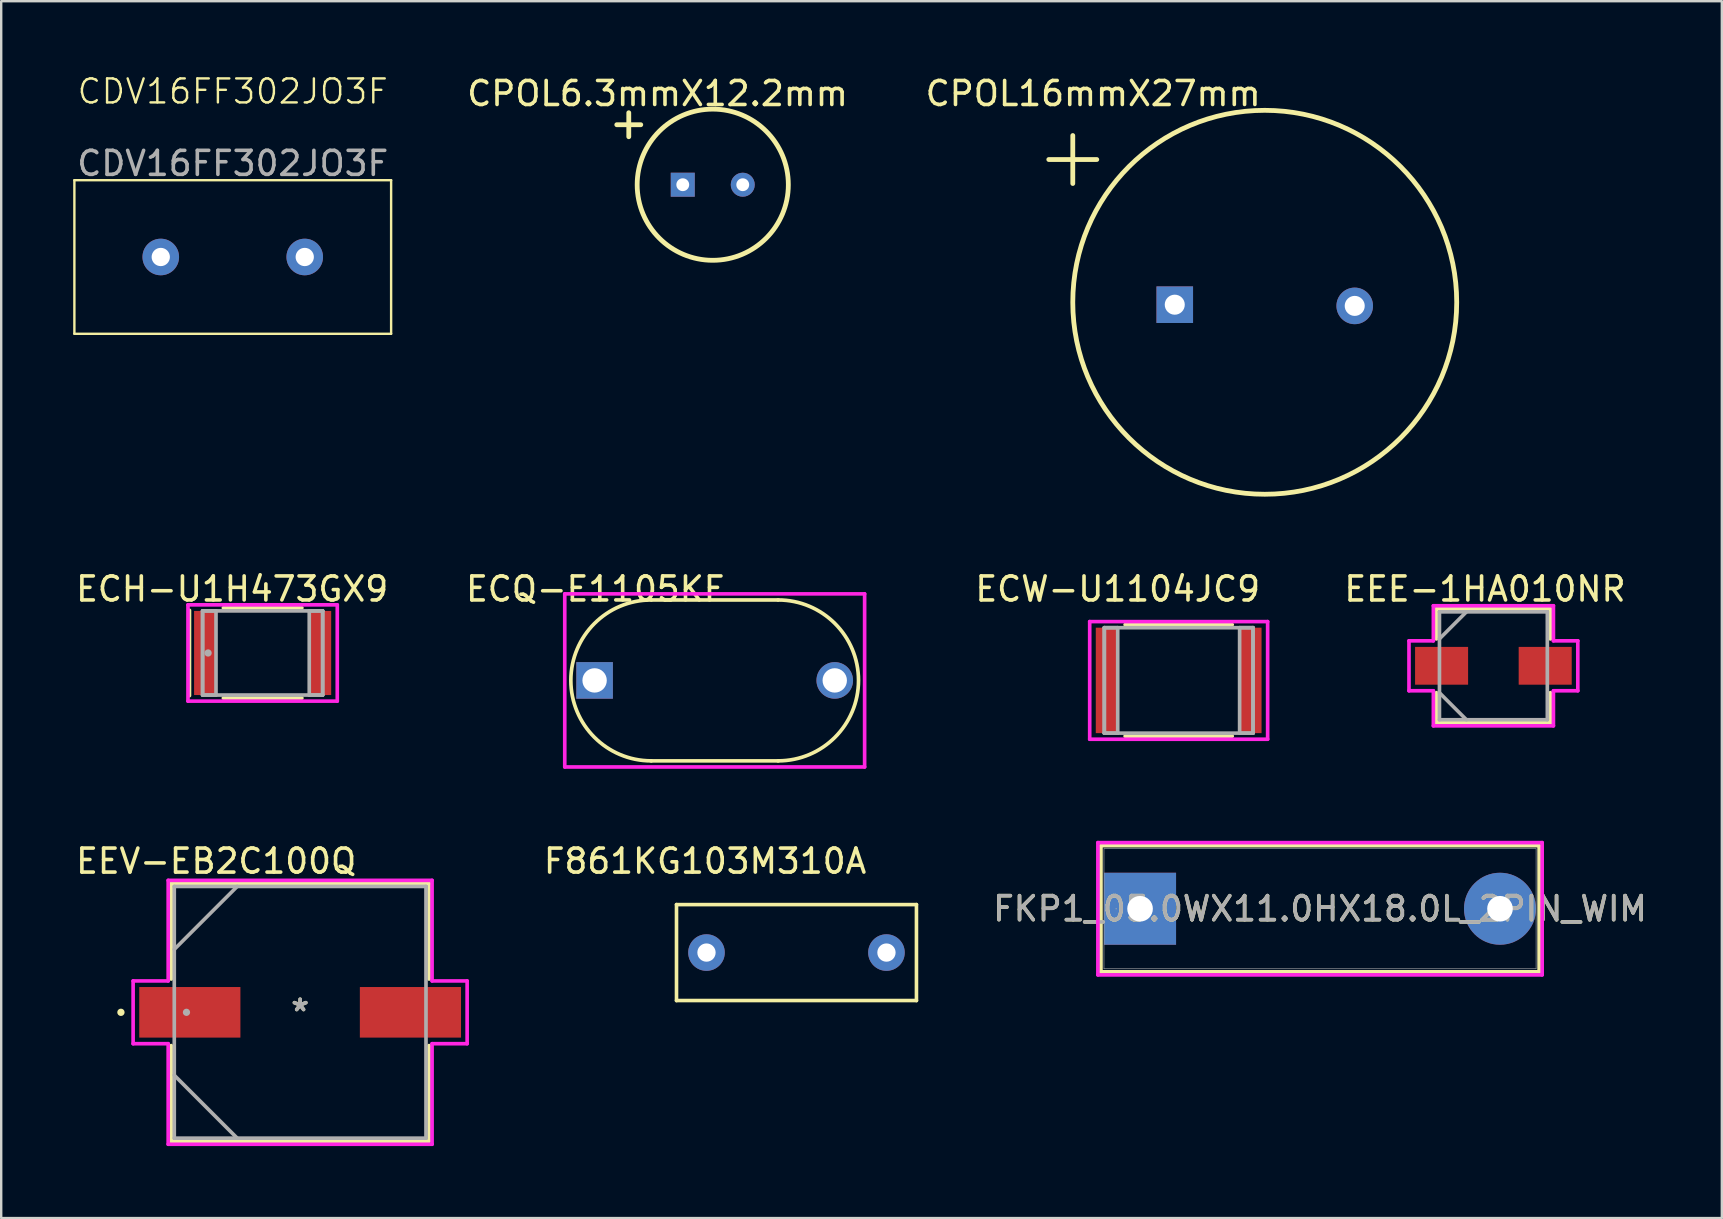
<source format=kicad_pcb>
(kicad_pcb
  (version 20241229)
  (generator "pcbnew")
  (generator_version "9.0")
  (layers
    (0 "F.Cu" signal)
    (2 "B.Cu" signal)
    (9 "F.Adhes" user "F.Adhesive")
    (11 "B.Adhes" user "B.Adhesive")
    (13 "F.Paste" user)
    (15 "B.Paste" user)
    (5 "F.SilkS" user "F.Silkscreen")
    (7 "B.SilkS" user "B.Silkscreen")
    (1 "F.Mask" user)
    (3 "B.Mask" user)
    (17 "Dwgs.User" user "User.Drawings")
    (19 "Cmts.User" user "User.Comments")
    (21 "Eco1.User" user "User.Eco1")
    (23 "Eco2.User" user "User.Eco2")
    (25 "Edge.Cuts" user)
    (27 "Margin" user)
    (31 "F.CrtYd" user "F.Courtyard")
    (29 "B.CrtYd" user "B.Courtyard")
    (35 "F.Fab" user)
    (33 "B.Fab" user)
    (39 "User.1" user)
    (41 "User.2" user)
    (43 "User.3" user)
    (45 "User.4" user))
  (footprint "ECQ-E1105KF"
    (layer "F.Cu")
    (at 31.738 25.306)
    (property "Reference" "ECQ-E1105KF" (at -9.982 -3.81 0) (layer "F.SilkS") (effects (font (size 1 1) (thickness 0.15))))
    (attr through_hole)
    (fp_line (start -7.645 -3.353) (end -2.362 -3.353) (stroke (width 0.152) (type solid)) (layer "F.SilkS"))
    (fp_line (start -7.645 3.353) (end -2.362 3.353) (stroke (width 0.152) (type solid)) (layer "F.SilkS"))
    (fp_arc (start -7.6454 3.3528) (mid -10.9982 0) (end -7.6454 -3.3528) (stroke (width 0.1524) (type solid)) (layer "F.SilkS"))
    (fp_arc (start -2.3622 -3.3528) (mid 0.9906 0) (end -2.3622 3.3528) (stroke (width 0.1524) (type solid)) (layer "F.SilkS"))
    (fp_line (start -11.252 -3.607) (end 1.245 -3.607) (stroke (width 0.152) (type solid)) (layer "F.CrtYd"))
    (fp_line (start -11.252 3.607) (end -11.252 -3.607) (stroke (width 0.152) (type solid)) (layer "F.CrtYd"))
    (fp_line (start 1.245 -3.607) (end 1.245 3.607) (stroke (width 0.152) (type solid)) (layer "F.CrtYd"))
    (fp_line (start 1.245 3.607) (end -11.252 3.607) (stroke (width 0.152) (type solid)) (layer "F.CrtYd"))
    (fp_text user "Copyright 2016 Accelerated Designs. All rights reserved." (at 0 0 0) (layer "Cmts.User") (effects (font (size 0.127 0.127) (thickness 0.002))))
    (pad "1" thru_hole rect (at -10.008 0) (size 1.524 1.524) (drill 1.016) (layers "*.Cu" "*.Mask"))
    (pad "2" thru_hole circle (at 0 0) (size 1.524 1.524) (drill 1.016) (layers "*.Cu" "*.Mask")))
  (footprint "ECH-U1H473GX9"
    (layer "F.Cu")
    (at 7.895 24.163)
    (property "Reference" "ECH-U1H473GX9" (at -1.27 -2.667 0) (layer "F.SilkS") (effects (font (size 1 1) (thickness 0.15))))
    (attr through_hole)
    (fp_line (start -3.048 -1.778) (end -3.048 1.778) (stroke (width 0.15) (type solid)) (layer "F.SilkS"))
    (fp_line (start -1.636 1.88) (end 1.636 1.88) (stroke (width 0.152) (type solid)) (layer "F.SilkS"))
    (fp_line (start 1.636 -1.88) (end -1.636 -1.88) (stroke (width 0.152) (type solid)) (layer "F.SilkS"))
    (fp_line (start -3.111 -2.007) (end 3.111 -2.007) (stroke (width 0.152) (type solid)) (layer "F.CrtYd"))
    (fp_line (start -3.111 2.007) (end -3.111 -2.007) (stroke (width 0.152) (type solid)) (layer "F.CrtYd"))
    (fp_line (start 3.111 -2.007) (end 3.111 2.007) (stroke (width 0.152) (type solid)) (layer "F.CrtYd"))
    (fp_line (start 3.111 2.007) (end -3.111 2.007) (stroke (width 0.152) (type solid)) (layer "F.CrtYd"))
    (fp_line (start -2.502 -1.753) (end -2.502 1.753) (stroke (width 0.152) (type solid)) (layer "F.Fab"))
    (fp_line (start -2.502 -1.753) (end -2.502 1.753) (stroke (width 0.152) (type solid)) (layer "F.Fab"))
    (fp_line (start -2.502 1.753) (end -1.943 1.753) (stroke (width 0.152) (type solid)) (layer "F.Fab"))
    (fp_line (start -2.502 1.753) (end 2.502 1.753) (stroke (width 0.152) (type solid)) (layer "F.Fab"))
    (fp_line (start -1.943 -1.753) (end -2.502 -1.753) (stroke (width 0.152) (type solid)) (layer "F.Fab"))
    (fp_line (start -1.943 1.753) (end -1.943 -1.753) (stroke (width 0.152) (type solid)) (layer "F.Fab"))
    (fp_line (start 1.943 -1.753) (end 1.943 1.753) (stroke (width 0.152) (type solid)) (layer "F.Fab"))
    (fp_line (start 1.943 1.753) (end 2.502 1.753) (stroke (width 0.152) (type solid)) (layer "F.Fab"))
    (fp_line (start 2.502 -1.753) (end -2.502 -1.753) (stroke (width 0.152) (type solid)) (layer "F.Fab"))
    (fp_line (start 2.502 -1.753) (end 1.943 -1.753) (stroke (width 0.152) (type solid)) (layer "F.Fab"))
    (fp_line (start 2.502 1.753) (end 2.502 -1.753) (stroke (width 0.152) (type solid)) (layer "F.Fab"))
    (fp_line (start 2.502 1.753) (end 2.502 -1.753) (stroke (width 0.152) (type solid)) (layer "F.Fab"))
    (fp_circle (center -2.273 0) (end -2.197 0) (stroke (width 0.152) (type solid)) (fill no) (layer "F.Fab"))
    (pad "1" smd rect (at -2.4 0) (size 0.914 3.505) (layers "F.Cu" "F.Mask" "F.Paste"))
    (pad "2" smd rect (at 2.4 0) (size 0.914 3.505) (layers "F.Cu" "F.Mask" "F.Paste")))
  (footprint "ECW-U1104JC9"
    (layer "F.Cu")
    (at 46.071 25.306)
    (property "Reference" "ECW-U1104JC9" (at -2.54 -3.81 0) (layer "F.SilkS") (effects (font (size 1 1) (thickness 0.15))))
    (attr through_hole)
    (fp_line (start -2.232 2.324) (end 2.232 2.324) (stroke (width 0.152) (type solid)) (layer "F.SilkS"))
    (fp_line (start 2.232 -2.324) (end -2.232 -2.324) (stroke (width 0.152) (type solid)) (layer "F.SilkS"))
    (fp_line (start -3.708 -2.451) (end 3.708 -2.451) (stroke (width 0.152) (type solid)) (layer "F.CrtYd"))
    (fp_line (start -3.708 2.451) (end -3.708 -2.451) (stroke (width 0.152) (type solid)) (layer "F.CrtYd"))
    (fp_line (start 3.708 -2.451) (end 3.708 2.451) (stroke (width 0.152) (type solid)) (layer "F.CrtYd"))
    (fp_line (start 3.708 2.451) (end -3.708 2.451) (stroke (width 0.152) (type solid)) (layer "F.CrtYd"))
    (fp_line (start -3.099 -2.197) (end -3.099 2.197) (stroke (width 0.152) (type solid)) (layer "F.Fab"))
    (fp_line (start -3.099 -2.197) (end -3.099 2.197) (stroke (width 0.152) (type solid)) (layer "F.Fab"))
    (fp_line (start -3.099 2.197) (end -2.54 2.197) (stroke (width 0.152) (type solid)) (layer "F.Fab"))
    (fp_line (start -3.099 2.197) (end 3.099 2.197) (stroke (width 0.152) (type solid)) (layer "F.Fab"))
    (fp_line (start -2.54 -2.197) (end -3.099 -2.197) (stroke (width 0.152) (type solid)) (layer "F.Fab"))
    (fp_line (start -2.54 2.197) (end -2.54 -2.197) (stroke (width 0.152) (type solid)) (layer "F.Fab"))
    (fp_line (start 2.54 -2.197) (end 2.54 2.197) (stroke (width 0.152) (type solid)) (layer "F.Fab"))
    (fp_line (start 2.54 2.197) (end 3.099 2.197) (stroke (width 0.152) (type solid)) (layer "F.Fab"))
    (fp_line (start 3.099 -2.197) (end -3.099 -2.197) (stroke (width 0.152) (type solid)) (layer "F.Fab"))
    (fp_line (start 3.099 -2.197) (end 2.54 -2.197) (stroke (width 0.152) (type solid)) (layer "F.Fab"))
    (fp_line (start 3.099 2.197) (end 3.099 -2.197) (stroke (width 0.152) (type solid)) (layer "F.Fab"))
    (fp_line (start 3.099 2.197) (end 3.099 -2.197) (stroke (width 0.152) (type solid)) (layer "F.Fab"))
    (pad "1" smd rect (at -2.997 0) (size 0.914 4.394) (layers "F.Cu" "F.Mask" "F.Paste"))
    (pad "2" smd rect (at 2.997 0) (size 0.914 4.394) (layers "F.Cu" "F.Mask" "F.Paste")))
  (footprint "CPOL6.3mmX12.2mm"
    (layer "F.Cu")
    (at 26.654 4.648)
    (property "Reference" "CPOL6.3mmX12.2mm" (at -2.3 -3.8 0) (layer "F.SilkS") (effects (font (size 1 1) (thickness 0.15))))
    (attr through_hole)
    (fp_line (start -3.5 -3) (end -3.5 -2) (stroke (width 0.2) (type solid)) (layer "F.SilkS"))
    (fp_line (start -3 -2.5) (end -4 -2.5) (stroke (width 0.2) (type solid)) (layer "F.SilkS"))
    (fp_circle (center 0 0) (end 3.15 0) (stroke (width 0.2) (type solid)) (fill no) (layer "F.SilkS"))
    (pad "1" thru_hole rect (at -1.25 0) (size 1 1) (drill 0.535) (layers "*.Cu" "*.Mask"))
    (pad "2" thru_hole circle (at 1.25 0) (size 1 1) (drill 0.535) (layers "*.Cu" "*.Mask")))
  (footprint "CDV16FF302JO3F"
    (layer "F.Cu")
    (at 6.65 7.66)
    (property "Reference" "CDV16FF302JO3F" (at 0 -6.9 0) (unlocked yes) (layer "F.SilkS") (effects (font (size 1 1) (thickness 0.1))))
    (attr through_hole)
    (fp_line (start -6.6 -3.2) (end -6.6 3.2) (stroke (width 0.1) (type default)) (layer "F.SilkS"))
    (fp_line (start -6.6 -3.2) (end 6.6 -3.2) (stroke (width 0.1) (type default)) (layer "F.SilkS"))
    (fp_line (start -6.6 3.2) (end 6.6 3.2) (stroke (width 0.1) (type default)) (layer "F.SilkS"))
    (fp_line (start 6.6 -3.2) (end 6.6 3.2) (stroke (width 0.1) (type default)) (layer "F.SilkS"))
    (fp_text user "${REFERENCE}" (at 0 -3.9 0) (unlocked yes) (layer "F.Fab") (effects (font (size 1 1) (thickness 0.15))))
    (pad "1" thru_hole circle (at -3 0) (size 1.524 1.524) (drill 0.762) (layers "*.Cu" "*.Mask"))
    (pad "2" thru_hole circle (at 3 0) (size 1.524 1.524) (drill 0.762) (layers "*.Cu" "*.Mask")))
  (footprint "FKP1_05.0WX11.0HX18.0L_2PIN_WIM"
    (layer "F.Cu")
    (at 44.462 34.822)
    (property "Reference" "FKP1_05.0WX11.0HX18.0L_2PIN_WIM" (at 7.5 0 0) (unlocked yes) (layer "F.SilkS") (effects (font (size 1 1) (thickness 0.15))))
    (attr through_hole)
    (fp_line (start -1.631 -2.629) (end -1.631 2.629) (stroke (width 0.152) (type solid)) (layer "F.SilkS"))
    (fp_line (start 16.631 -2.629) (end -1.631 -2.629) (stroke (width 0.152) (type solid)) (layer "F.SilkS"))
    (fp_line (start 16.631 -2.629) (end 16.631 2.629) (stroke (width 0.152) (type solid)) (layer "F.SilkS"))
    (fp_line (start 16.631 2.629) (end -1.631 2.629) (stroke (width 0.152) (type solid)) (layer "F.SilkS"))
    (fp_line (start -1.758 -2.756) (end 16.758 -2.756) (stroke (width 0.152) (type solid)) (layer "F.CrtYd"))
    (fp_line (start -1.758 2.756) (end -1.758 -2.756) (stroke (width 0.152) (type solid)) (layer "F.CrtYd"))
    (fp_line (start 16.758 -2.756) (end 16.758 2.756) (stroke (width 0.152) (type solid)) (layer "F.CrtYd"))
    (fp_line (start 16.758 2.756) (end -1.758 2.756) (stroke (width 0.152) (type solid)) (layer "F.CrtYd"))
    (fp_line (start -1.504 -2.502) (end -1.504 2.502) (stroke (width 0.025) (type solid)) (layer "F.Fab"))
    (fp_line (start 16.504 -2.502) (end -1.504 -2.502) (stroke (width 0.025) (type solid)) (layer "F.Fab"))
    (fp_line (start 16.504 -2.502) (end 16.504 2.502) (stroke (width 0.025) (type solid)) (layer "F.Fab"))
    (fp_line (start 16.504 2.502) (end -1.504 2.502) (stroke (width 0.025) (type solid)) (layer "F.Fab"))
    (fp_circle (center -0.996 0) (end -0.996 0) (stroke (width 0.025) (type solid)) (fill no) (layer "F.Fab"))
    (fp_text user "${REFERENCE}" (at 7.5 0 0) (unlocked yes) (layer "F.Fab") (effects (font (size 1 1) (thickness 0.15))))
    (pad "1" thru_hole rect (at 0 0) (size 3 3) (drill 1.067) (layers "*.Cu" "*.Mask"))
    (pad "2" thru_hole circle (at 15 0) (size 3 3) (drill 1.067) (layers "*.Cu" "*.Mask")))
  (footprint "EEE-1HA010NR"
    (layer "F.Cu")
    (at 59.187 24.697)
    (property "Reference" "EEE-1HA010NR" (at -0.35 -3.2 0) (layer "F.SilkS") (effects (font (size 1 1) (thickness 0.15))))
    (attr through_hole)
    (fp_line (start -2.375 -2.375) (end -2.375 -1.12) (stroke (width 0.152) (type solid)) (layer "F.SilkS"))
    (fp_line (start -2.375 1.12) (end -2.375 2.375) (stroke (width 0.152) (type solid)) (layer "F.SilkS"))
    (fp_line (start -2.375 2.375) (end 2.375 2.375) (stroke (width 0.152) (type solid)) (layer "F.SilkS"))
    (fp_line (start 2.375 -2.375) (end -2.375 -2.375) (stroke (width 0.152) (type solid)) (layer "F.SilkS"))
    (fp_line (start 2.375 -1.12) (end 2.375 -2.375) (stroke (width 0.152) (type solid)) (layer "F.SilkS"))
    (fp_line (start 2.375 2.375) (end 2.375 1.12) (stroke (width 0.152) (type solid)) (layer "F.SilkS"))
    (fp_line (start -3.518 -1.041) (end -2.502 -1.041) (stroke (width 0.152) (type solid)) (layer "F.CrtYd"))
    (fp_line (start -3.518 1.041) (end -3.518 -1.041) (stroke (width 0.152) (type solid)) (layer "F.CrtYd"))
    (fp_line (start -2.502 -2.502) (end 2.502 -2.502) (stroke (width 0.152) (type solid)) (layer "F.CrtYd"))
    (fp_line (start -2.502 -1.041) (end -2.502 -2.502) (stroke (width 0.152) (type solid)) (layer "F.CrtYd"))
    (fp_line (start -2.502 1.041) (end -3.518 1.041) (stroke (width 0.152) (type solid)) (layer "F.CrtYd"))
    (fp_line (start -2.502 2.502) (end -2.502 1.041) (stroke (width 0.152) (type solid)) (layer "F.CrtYd"))
    (fp_line (start 2.502 -2.502) (end 2.502 -1.041) (stroke (width 0.152) (type solid)) (layer "F.CrtYd"))
    (fp_line (start 2.502 -1.041) (end 3.518 -1.041) (stroke (width 0.152) (type solid)) (layer "F.CrtYd"))
    (fp_line (start 2.502 1.041) (end 2.502 2.502) (stroke (width 0.152) (type solid)) (layer "F.CrtYd"))
    (fp_line (start 2.502 2.502) (end -2.502 2.502) (stroke (width 0.152) (type solid)) (layer "F.CrtYd"))
    (fp_line (start 3.518 -1.041) (end 3.518 1.041) (stroke (width 0.152) (type solid)) (layer "F.CrtYd"))
    (fp_line (start 3.518 1.041) (end 2.502 1.041) (stroke (width 0.152) (type solid)) (layer "F.CrtYd"))
    (fp_line (start -2.248 -2.248) (end -2.248 2.248) (stroke (width 0.152) (type solid)) (layer "F.Fab"))
    (fp_line (start -2.248 -1.124) (end -1.124 -2.248) (stroke (width 0.152) (type solid)) (layer "F.Fab"))
    (fp_line (start -2.248 1.124) (end -1.124 2.248) (stroke (width 0.152) (type solid)) (layer "F.Fab"))
    (fp_line (start -2.248 2.248) (end 2.248 2.248) (stroke (width 0.152) (type solid)) (layer "F.Fab"))
    (fp_line (start 2.248 -2.248) (end -2.248 -2.248) (stroke (width 0.152) (type solid)) (layer "F.Fab"))
    (fp_line (start 2.248 2.248) (end 2.248 -2.248) (stroke (width 0.152) (type solid)) (layer "F.Fab"))
    (fp_text user "Copyright 2016 Accelerated Designs. All rights reserved." (at 0 0 0) (layer "Cmts.User") (effects (font (size 0.127 0.127) (thickness 0.002))))
    (pad "1" smd rect (at -2.159 0) (size 2.21 1.575) (layers "F.Cu" "F.Mask" "F.Paste"))
    (pad "2" smd rect (at 2.159 0) (size 2.21 1.575) (layers "F.Cu" "F.Mask" "F.Paste")))
  (footprint "CPOL16mmX27mm"
    (layer "F.Cu")
    (at 49.658 9.598)
    (property "Reference" "CPOL16mmX27mm" (at -7.15 -8.75 0) (layer "F.SilkS") (effects (font (size 1 1) (thickness 0.15))))
    (attr through_hole)
    (fp_line (start -9 -6) (end -7 -6) (stroke (width 0.2) (type solid)) (layer "F.SilkS"))
    (fp_line (start -8 -7) (end -8 -5) (stroke (width 0.2) (type solid)) (layer "F.SilkS"))
    (fp_circle (center 0 -0.05) (end 8 -0.05) (stroke (width 0.2) (type solid)) (fill no) (layer "F.SilkS"))
    (pad "1" thru_hole rect (at -3.75 0.05) (size 1.524 1.524) (drill 0.835) (layers "*.Cu" "*.Mask"))
    (pad "2" thru_hole circle (at 3.75 0.1) (size 1.524 1.524) (drill 0.835) (layers "*.Cu" "*.Mask")))
  (footprint "F861KG103M310A"
    (layer "F.Cu")
    (at 30.143 36.648)
    (property "Reference" "F861KG103M310A" (at -3.81 -3.81 0) (layer "F.SilkS") (effects (font (size 1 1) (thickness 0.15))))
    (attr through_hole)
    (fp_line (start -5 -2) (end -5 2) (stroke (width 0.15) (type solid)) (layer "F.SilkS"))
    (fp_line (start -5 -2) (end 5 -2) (stroke (width 0.15) (type solid)) (layer "F.SilkS"))
    (fp_line (start -5 2) (end 5 2) (stroke (width 0.15) (type solid)) (layer "F.SilkS"))
    (fp_line (start 5 -2) (end 5 2) (stroke (width 0.15) (type solid)) (layer "F.SilkS"))
    (pad "1" thru_hole circle (at -3.75 0) (size 1.524 1.524) (drill 0.762) (layers "*.Cu" "*.Mask"))
    (pad "2" thru_hole circle (at 3.75 0) (size 1.524 1.524) (drill 0.762) (layers "*.Cu" "*.Mask")))
  (footprint "EEV-EB2C100Q"
    (layer "F.Cu")
    (at 9.458 39.138)
    (property "Reference" "EEV-EB2C100Q" (at -3.5 -6.3 0) (layer "F.SilkS") (effects (font (size 1 1) (thickness 0.15))))
    (attr through_hole)
    (fp_line (start -5.372 -5.372) (end -5.372 -1.387) (stroke (width 0.152) (type solid)) (layer "F.SilkS"))
    (fp_line (start -5.372 1.387) (end -5.372 5.372) (stroke (width 0.152) (type solid)) (layer "F.SilkS"))
    (fp_line (start -5.372 5.372) (end 5.372 5.372) (stroke (width 0.152) (type solid)) (layer "F.SilkS"))
    (fp_line (start 5.372 -5.372) (end -5.372 -5.372) (stroke (width 0.152) (type solid)) (layer "F.SilkS"))
    (fp_line (start 5.372 -1.387) (end 5.372 -5.372) (stroke (width 0.152) (type solid)) (layer "F.SilkS"))
    (fp_line (start 5.372 5.372) (end 5.372 1.387) (stroke (width 0.152) (type solid)) (layer "F.SilkS"))
    (fp_circle (center -7.468 0) (end -7.391 0) (stroke (width 0.152) (type solid)) (fill no) (layer "F.SilkS"))
    (fp_line (start -6.96 -1.308) (end -5.499 -1.308) (stroke (width 0.152) (type solid)) (layer "F.CrtYd"))
    (fp_line (start -6.96 1.308) (end -6.96 -1.308) (stroke (width 0.152) (type solid)) (layer "F.CrtYd"))
    (fp_line (start -5.499 -5.499) (end 5.499 -5.499) (stroke (width 0.152) (type solid)) (layer "F.CrtYd"))
    (fp_line (start -5.499 -1.308) (end -5.499 -5.499) (stroke (width 0.152) (type solid)) (layer "F.CrtYd"))
    (fp_line (start -5.499 1.308) (end -6.96 1.308) (stroke (width 0.152) (type solid)) (layer "F.CrtYd"))
    (fp_line (start -5.499 5.499) (end -5.499 1.308) (stroke (width 0.152) (type solid)) (layer "F.CrtYd"))
    (fp_line (start 5.499 -5.499) (end 5.499 -1.308) (stroke (width 0.152) (type solid)) (layer "F.CrtYd"))
    (fp_line (start 5.499 -1.308) (end 6.96 -1.308) (stroke (width 0.152) (type solid)) (layer "F.CrtYd"))
    (fp_line (start 5.499 1.308) (end 5.499 5.499) (stroke (width 0.152) (type solid)) (layer "F.CrtYd"))
    (fp_line (start 5.499 5.499) (end -5.499 5.499) (stroke (width 0.152) (type solid)) (layer "F.CrtYd"))
    (fp_line (start 6.96 -1.308) (end 6.96 1.308) (stroke (width 0.152) (type solid)) (layer "F.CrtYd"))
    (fp_line (start 6.96 1.308) (end 5.499 1.308) (stroke (width 0.152) (type solid)) (layer "F.CrtYd"))
    (fp_line (start -5.245 -5.245) (end -5.245 5.245) (stroke (width 0.152) (type solid)) (layer "F.Fab"))
    (fp_line (start -5.245 -2.623) (end -2.623 -5.245) (stroke (width 0.152) (type solid)) (layer "F.Fab"))
    (fp_line (start -5.245 2.623) (end -2.623 5.245) (stroke (width 0.152) (type solid)) (layer "F.Fab"))
    (fp_line (start -5.245 5.245) (end 5.245 5.245) (stroke (width 0.152) (type solid)) (layer "F.Fab"))
    (fp_line (start 5.245 -5.245) (end -5.245 -5.245) (stroke (width 0.152) (type solid)) (layer "F.Fab"))
    (fp_line (start 5.245 5.245) (end 5.245 -5.245) (stroke (width 0.152) (type solid)) (layer "F.Fab"))
    (fp_circle (center -4.737 0) (end -4.661 0) (stroke (width 0.152) (type solid)) (fill no) (layer "F.Fab"))
    (fp_text user "*" (at 0 0 0) (layer "F.SilkS") (effects (font (size 1 1) (thickness 0.15))))
    (fp_text user "Copyright 2016 Accelerated Designs. All rights reserved." (at 0 0 0) (layer "Cmts.User") (effects (font (size 0.127 0.127) (thickness 0.002))))
    (fp_text user "*" (at 0 0 0) (layer "F.Fab") (effects (font (size 1 1) (thickness 0.15))))
    (pad "1" smd rect (at -4.597 0) (size 4.216 2.108) (layers "F.Cu" "F.Mask" "F.Paste"))
    (pad "2" smd rect (at 4.597 0) (size 4.216 2.108) (layers "F.Cu" "F.Mask" "F.Paste")))
  (gr_rect
    (start -3 -3)
    (end 68.707 47.713)
    (stroke (width 0.1) (type default))
    (fill no)
    (layer "Edge.Cuts")))
</source>
